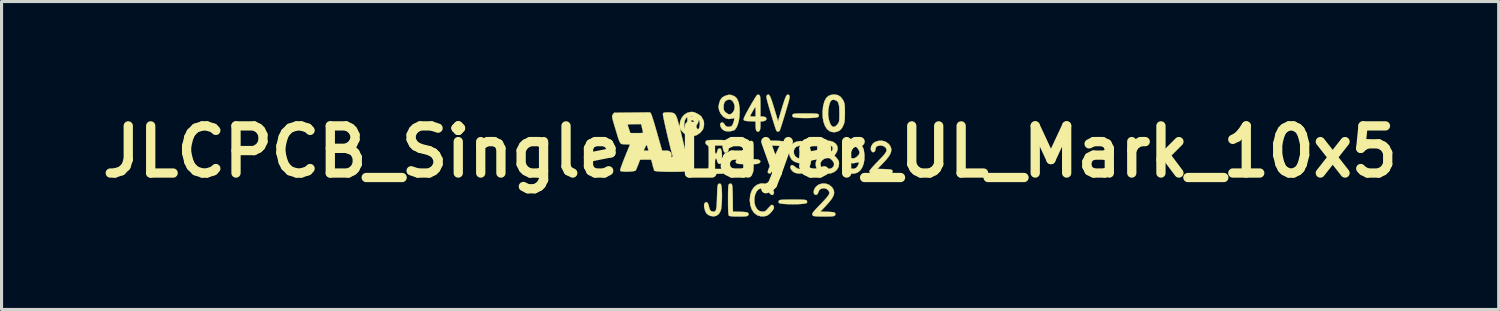
<source format=kicad_pcb>
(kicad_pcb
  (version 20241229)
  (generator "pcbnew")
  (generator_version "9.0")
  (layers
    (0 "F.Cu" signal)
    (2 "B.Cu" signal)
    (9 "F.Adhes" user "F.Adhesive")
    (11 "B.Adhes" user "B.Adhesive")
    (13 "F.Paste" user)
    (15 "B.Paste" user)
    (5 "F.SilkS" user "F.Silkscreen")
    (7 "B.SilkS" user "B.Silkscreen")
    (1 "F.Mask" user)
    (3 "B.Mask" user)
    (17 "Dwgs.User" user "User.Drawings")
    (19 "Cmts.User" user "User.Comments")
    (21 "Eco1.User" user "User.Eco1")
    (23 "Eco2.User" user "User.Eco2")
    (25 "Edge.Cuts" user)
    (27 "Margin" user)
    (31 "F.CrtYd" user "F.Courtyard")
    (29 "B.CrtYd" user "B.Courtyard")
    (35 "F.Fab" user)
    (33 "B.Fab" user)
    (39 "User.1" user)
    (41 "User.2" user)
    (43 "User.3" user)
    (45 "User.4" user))
  (footprint "JLCPCB_Single-Layer_UL_Mark_10x5"
    (layer "F.Cu")
    (at 21.198 1.854)
    (property "Reference" "JLCPCB_Single-Layer_UL_Mark_10x5" (at 0 0 0) (layer "F.SilkS") (effects (font (size 1.524 1.524) (thickness 0.3))))
    (attr through_hole)
    (fp_poly (pts (xy 1.938 -1.236) (xy 2.044 -1.234) (xy 2.117 -1.231) (xy 2.166 -1.225) (xy 2.195 -1.216) (xy 2.21 -1.203) (xy 2.213 -1.199) (xy 2.223 -1.156) (xy 2.207 -1.127) (xy 2.173 -1.112) (xy 2.104 -1.101) (xy 2.008 -1.093) (xy 1.896 -1.089) (xy 1.775 -1.088) (xy 1.656 -1.09) (xy 1.548 -1.095) (xy 1.459 -1.104) (xy 1.4 -1.117) (xy 1.38 -1.127) (xy 1.363 -1.17) (xy 1.374 -1.199) (xy 1.387 -1.213) (xy 1.412 -1.223) (xy 1.454 -1.229) (xy 1.521 -1.234) (xy 1.618 -1.236) (xy 1.751 -1.237) (xy 1.794 -1.237) (xy 1.938 -1.236)) (stroke (width 0.01) (type solid)) (fill yes) (layer "F.SilkS"))
    (fp_poly (pts (xy 1.532 1.549) (xy 1.644 1.55) (xy 1.724 1.554) (xy 1.777 1.559) (xy 1.81 1.567) (xy 1.828 1.578) (xy 1.834 1.586) (xy 1.845 1.629) (xy 1.829 1.658) (xy 1.795 1.672) (xy 1.725 1.683) (xy 1.629 1.691) (xy 1.515 1.696) (xy 1.391 1.698) (xy 1.266 1.696) (xy 1.15 1.692) (xy 1.05 1.684) (xy 0.976 1.674) (xy 0.937 1.66) (xy 0.934 1.658) (xy 0.917 1.615) (xy 0.928 1.586) (xy 0.941 1.573) (xy 0.965 1.563) (xy 1.006 1.556) (xy 1.069 1.552) (xy 1.162 1.55) (xy 1.29 1.549) (xy 1.381 1.549) (xy 1.532 1.549)) (stroke (width 0.01) (type solid)) (fill yes) (layer "F.SilkS"))
    (fp_poly (pts (xy -0.605 1.04) (xy -0.592 1.053) (xy -0.582 1.078) (xy -0.575 1.12) (xy -0.57 1.185) (xy -0.566 1.281) (xy -0.563 1.411) (xy -0.562 1.5) (xy -0.556 1.937) (xy -0.319 1.943) (xy -0.209 1.947) (xy -0.135 1.954) (xy -0.09 1.964) (xy -0.065 1.979) (xy -0.059 1.987) (xy -0.049 2.031) (xy -0.065 2.059) (xy -0.086 2.074) (xy -0.122 2.085) (xy -0.182 2.091) (xy -0.273 2.094) (xy -0.377 2.094) (xy -0.519 2.092) (xy -0.618 2.086) (xy -0.674 2.074) (xy -0.686 2.068) (xy -0.696 2.042) (xy -0.703 1.986) (xy -0.709 1.895) (xy -0.712 1.767) (xy -0.713 1.598) (xy -0.713 1.558) (xy -0.713 1.396) (xy -0.711 1.273) (xy -0.708 1.183) (xy -0.704 1.121) (xy -0.697 1.08) (xy -0.687 1.056) (xy -0.678 1.046) (xy -0.635 1.028) (xy -0.605 1.04)) (stroke (width 0.01) (type solid)) (fill yes) (layer "F.SilkS"))
    (fp_poly (pts (xy 0.837 -0.354) (xy 0.944 -0.349) (xy 1.037 -0.341) (xy 1.105 -0.329) (xy 1.14 -0.313) (xy 1.141 -0.312) (xy 1.138 -0.282) (xy 1.117 -0.221) (xy 1.081 -0.133) (xy 1.034 -0.026) (xy 0.979 0.093) (xy 0.919 0.218) (xy 0.858 0.341) (xy 0.798 0.457) (xy 0.744 0.559) (xy 0.697 0.639) (xy 0.663 0.691) (xy 0.644 0.708) (xy 0.602 0.698) (xy 0.58 0.68) (xy 0.572 0.663) (xy 0.574 0.635) (xy 0.587 0.591) (xy 0.612 0.527) (xy 0.653 0.435) (xy 0.711 0.313) (xy 0.751 0.228) (xy 0.952 -0.189) (xy 0.695 -0.201) (xy 0.58 -0.207) (xy 0.501 -0.214) (xy 0.452 -0.225) (xy 0.424 -0.239) (xy 0.416 -0.249) (xy 0.406 -0.292) (xy 0.422 -0.322) (xy 0.456 -0.336) (xy 0.525 -0.347) (xy 0.617 -0.353) (xy 0.724 -0.356) (xy 0.837 -0.354)) (stroke (width 0.01) (type solid)) (fill yes) (layer "F.SilkS"))
    (fp_poly (pts (xy -0.949 1.046) (xy -0.934 1.081) (xy -0.922 1.151) (xy -0.915 1.248) (xy -0.911 1.363) (xy -0.911 1.487) (xy -0.914 1.611) (xy -0.922 1.726) (xy -0.933 1.824) (xy -0.947 1.896) (xy -0.95 1.903) (xy -1.003 2.003) (xy -1.079 2.066) (xy -1.173 2.091) (xy -1.279 2.076) (xy -1.34 2.049) (xy -1.4 2.007) (xy -1.44 1.946) (xy -1.457 1.902) (xy -1.487 1.785) (xy -1.487 1.7) (xy -1.458 1.647) (xy -1.412 1.63) (xy -1.374 1.654) (xy -1.345 1.715) (xy -1.332 1.773) (xy -1.307 1.865) (xy -1.263 1.92) (xy -1.196 1.938) (xy -1.19 1.938) (xy -1.154 1.935) (xy -1.127 1.92) (xy -1.107 1.888) (xy -1.092 1.834) (xy -1.082 1.752) (xy -1.075 1.638) (xy -1.07 1.485) (xy -1.069 1.464) (xy -1.065 1.318) (xy -1.06 1.211) (xy -1.054 1.135) (xy -1.047 1.086) (xy -1.036 1.057) (xy -1.023 1.041) (xy -1.021 1.04) (xy -0.977 1.03) (xy -0.949 1.046)) (stroke (width 0.01) (type solid)) (fill yes) (layer "F.SilkS"))
    (fp_poly (pts (xy 0.624 -1.823) (xy 0.653 -1.774) (xy 0.685 -1.692) (xy 0.725 -1.576) (xy 0.772 -1.421) (xy 0.779 -1.399) (xy 0.902 -0.985) (xy 1.026 -1.399) (xy 1.075 -1.559) (xy 1.115 -1.68) (xy 1.148 -1.765) (xy 1.177 -1.819) (xy 1.204 -1.844) (xy 1.23 -1.846) (xy 1.257 -1.827) (xy 1.261 -1.823) (xy 1.272 -1.809) (xy 1.277 -1.789) (xy 1.276 -1.758) (xy 1.268 -1.711) (xy 1.251 -1.642) (xy 1.225 -1.546) (xy 1.187 -1.418) (xy 1.139 -1.253) (xy 1.136 -1.244) (xy 1.091 -1.095) (xy 1.049 -0.96) (xy 1.012 -0.843) (xy 0.982 -0.753) (xy 0.961 -0.694) (xy 0.952 -0.674) (xy 0.917 -0.649) (xy 0.902 -0.646) (xy 0.865 -0.662) (xy 0.852 -0.674) (xy 0.84 -0.702) (xy 0.817 -0.767) (xy 0.786 -0.863) (xy 0.748 -0.983) (xy 0.706 -1.121) (xy 0.669 -1.244) (xy 0.619 -1.411) (xy 0.582 -1.541) (xy 0.555 -1.638) (xy 0.538 -1.708) (xy 0.529 -1.757) (xy 0.528 -1.788) (xy 0.533 -1.809) (xy 0.543 -1.823) (xy 0.544 -1.823) (xy 0.572 -1.844) (xy 0.598 -1.846) (xy 0.624 -1.823)) (stroke (width 0.01) (type solid)) (fill yes) (layer "F.SilkS"))
    (fp_poly (pts (xy 0.056 -0.347) (xy 0.078 -0.334) (xy 0.093 -0.312) (xy 0.103 -0.271) (xy 0.109 -0.203) (xy 0.111 -0.101) (xy 0.111 -0.031) (xy 0.111 0.245) (xy 0.198 0.245) (xy 0.277 0.258) (xy 0.322 0.288) (xy 0.331 0.327) (xy 0.305 0.365) (xy 0.243 0.391) (xy 0.204 0.397) (xy 0.111 0.404) (xy 0.111 0.532) (xy 0.103 0.632) (xy 0.078 0.692) (xy 0.035 0.713) (xy 0.033 0.713) (xy -0.003 0.699) (xy -0.018 0.686) (xy -0.032 0.651) (xy -0.042 0.586) (xy -0.045 0.53) (xy -0.045 0.401) (xy -0.231 0.401) (xy -0.346 0.396) (xy -0.421 0.381) (xy -0.459 0.354) (xy -0.464 0.314) (xy -0.459 0.3) (xy -0.439 0.263) (xy -0.417 0.228) (xy -0.222 0.228) (xy -0.203 0.239) (xy -0.154 0.245) (xy -0.134 0.245) (xy -0.045 0.245) (xy -0.045 -0.033) (xy -0.133 0.089) (xy -0.178 0.153) (xy -0.21 0.203) (xy -0.222 0.228) (xy -0.417 0.228) (xy -0.399 0.201) (xy -0.344 0.121) (xy -0.279 0.029) (xy -0.21 -0.067) (xy -0.141 -0.159) (xy -0.079 -0.241) (xy -0.029 -0.304) (xy 0.004 -0.342) (xy 0.013 -0.349) (xy 0.056 -0.347)) (stroke (width 0.01) (type solid)) (fill yes) (layer "F.SilkS"))
    (fp_poly (pts (xy 0.507 1.04) (xy 0.603 1.09) (xy 0.685 1.167) (xy 0.749 1.253) (xy 0.773 1.32) (xy 0.757 1.371) (xy 0.757 1.371) (xy 0.727 1.397) (xy 0.695 1.397) (xy 0.653 1.367) (xy 0.595 1.305) (xy 0.584 1.292) (xy 0.527 1.23) (xy 0.484 1.197) (xy 0.441 1.183) (xy 0.405 1.181) (xy 0.334 1.191) (xy 0.274 1.215) (xy 0.27 1.217) (xy 0.207 1.286) (xy 0.163 1.384) (xy 0.139 1.5) (xy 0.138 1.621) (xy 0.162 1.737) (xy 0.176 1.774) (xy 0.235 1.868) (xy 0.31 1.921) (xy 0.405 1.938) (xy 0.455 1.934) (xy 0.496 1.915) (xy 0.543 1.873) (xy 0.584 1.827) (xy 0.636 1.77) (xy 0.68 1.73) (xy 0.705 1.716) (xy 0.745 1.735) (xy 0.769 1.779) (xy 0.769 1.827) (xy 0.736 1.887) (xy 0.68 1.956) (xy 0.615 2.02) (xy 0.555 2.062) (xy 0.457 2.09) (xy 0.345 2.088) (xy 0.237 2.057) (xy 0.212 2.044) (xy 0.121 1.969) (xy 0.051 1.86) (xy 0.006 1.724) (xy -0.011 1.57) (xy -0.011 1.56) (xy 0.004 1.4) (xy 0.049 1.263) (xy 0.12 1.154) (xy 0.213 1.075) (xy 0.325 1.032) (xy 0.397 1.025) (xy 0.507 1.04)) (stroke (width 0.01) (type solid)) (fill yes) (layer "F.SilkS"))
    (fp_poly (pts (xy 2.444 1.031) (xy 2.552 1.069) (xy 2.641 1.142) (xy 2.674 1.186) (xy 2.708 1.261) (xy 2.716 1.337) (xy 2.696 1.418) (xy 2.647 1.51) (xy 2.565 1.618) (xy 2.45 1.746) (xy 2.269 1.937) (xy 2.497 1.943) (xy 2.605 1.948) (xy 2.677 1.954) (xy 2.721 1.965) (xy 2.744 1.981) (xy 2.748 1.987) (xy 2.758 2.031) (xy 2.742 2.059) (xy 2.723 2.073) (xy 2.69 2.083) (xy 2.635 2.09) (xy 2.552 2.093) (xy 2.433 2.094) (xy 2.386 2.094) (xy 2.236 2.093) (xy 2.128 2.088) (xy 2.061 2.079) (xy 2.032 2.068) (xy 2.013 2.042) (xy 2.011 2.013) (xy 2.027 1.974) (xy 2.067 1.921) (xy 2.132 1.848) (xy 2.224 1.751) (xy 2.339 1.632) (xy 2.426 1.539) (xy 2.488 1.468) (xy 2.528 1.414) (xy 2.552 1.373) (xy 2.561 1.34) (xy 2.562 1.328) (xy 2.542 1.266) (xy 2.49 1.214) (xy 2.418 1.185) (xy 2.381 1.181) (xy 2.294 1.195) (xy 2.236 1.241) (xy 2.21 1.302) (xy 2.18 1.366) (xy 2.139 1.397) (xy 2.093 1.389) (xy 2.085 1.383) (xy 2.056 1.333) (xy 2.058 1.266) (xy 2.086 1.193) (xy 2.135 1.125) (xy 2.202 1.072) (xy 2.21 1.067) (xy 2.327 1.029) (xy 2.444 1.031)) (stroke (width 0.01) (type solid)) (fill yes) (layer "F.SilkS"))
    (fp_poly (pts (xy 4.385 -0.32) (xy 4.478 -0.253) (xy 4.523 -0.195) (xy 4.558 -0.115) (xy 4.563 -0.033) (xy 4.538 0.056) (xy 4.48 0.156) (xy 4.387 0.273) (xy 4.294 0.372) (xy 4.116 0.555) (xy 4.345 0.562) (xy 4.453 0.566) (xy 4.526 0.573) (xy 4.569 0.584) (xy 4.593 0.6) (xy 4.597 0.605) (xy 4.607 0.649) (xy 4.591 0.678) (xy 4.573 0.692) (xy 4.539 0.702) (xy 4.484 0.708) (xy 4.401 0.712) (xy 4.282 0.713) (xy 4.235 0.713) (xy 4.085 0.711) (xy 3.977 0.706) (xy 3.91 0.698) (xy 3.881 0.686) (xy 3.857 0.645) (xy 3.855 0.627) (xy 3.869 0.601) (xy 3.911 0.549) (xy 3.972 0.479) (xy 4.05 0.396) (xy 4.096 0.347) (xy 4.206 0.234) (xy 4.288 0.147) (xy 4.345 0.08) (xy 4.382 0.03) (xy 4.403 -0.01) (xy 4.411 -0.044) (xy 4.412 -0.057) (xy 4.391 -0.118) (xy 4.339 -0.167) (xy 4.265 -0.196) (xy 4.225 -0.201) (xy 4.132 -0.19) (xy 4.077 -0.158) (xy 4.055 -0.102) (xy 4.055 -0.091) (xy 4.042 -0.029) (xy 4.008 0.01) (xy 3.964 0.015) (xy 3.947 0.008) (xy 3.909 -0.04) (xy 3.9 -0.106) (xy 3.917 -0.18) (xy 3.958 -0.25) (xy 4.019 -0.304) (xy 4.034 -0.312) (xy 4.153 -0.352) (xy 4.273 -0.354) (xy 4.385 -0.32)) (stroke (width 0.01) (type solid)) (fill yes) (layer "F.SilkS"))
    (fp_poly (pts (xy 0.299 -1.829) (xy 0.313 -1.81) (xy 0.323 -1.777) (xy 0.329 -1.722) (xy 0.333 -1.64) (xy 0.334 -1.522) (xy 0.334 -1.468) (xy 0.334 -1.136) (xy 0.409 -1.136) (xy 0.483 -1.123) (xy 0.522 -1.091) (xy 0.529 -1.05) (xy 0.5 -1.012) (xy 0.437 -0.987) (xy 0.416 -0.985) (xy 0.334 -0.978) (xy 0.334 -0.839) (xy 0.327 -0.736) (xy 0.305 -0.673) (xy 0.268 -0.647) (xy 0.256 -0.646) (xy 0.22 -0.66) (xy 0.205 -0.673) (xy 0.19 -0.709) (xy 0.181 -0.775) (xy 0.178 -0.839) (xy 0.178 -0.979) (xy -0.003 -0.985) (xy -0.102 -0.991) (xy -0.165 -1.001) (xy -0.199 -1.018) (xy -0.207 -1.027) (xy -0.21 -1.049) (xy -0.2 -1.088) (xy -0.174 -1.149) (xy -0.173 -1.149) (xy 0 -1.149) (xy 0.02 -1.141) (xy 0.069 -1.137) (xy 0.089 -1.136) (xy 0.178 -1.136) (xy 0.178 -1.292) (xy 0.177 -1.369) (xy 0.174 -1.425) (xy 0.169 -1.448) (xy 0.169 -1.448) (xy 0.155 -1.43) (xy 0.126 -1.385) (xy 0.09 -1.323) (xy 0.053 -1.257) (xy 0.022 -1.199) (xy 0.003 -1.159) (xy 0 -1.149) (xy -0.173 -1.149) (xy -0.129 -1.236) (xy -0.065 -1.353) (xy -0.018 -1.438) (xy 0.049 -1.556) (xy 0.112 -1.661) (xy 0.165 -1.747) (xy 0.205 -1.807) (xy 0.228 -1.835) (xy 0.228 -1.836) (xy 0.273 -1.844) (xy 0.299 -1.829)) (stroke (width 0.01) (type solid)) (fill yes) (layer "F.SilkS"))
    (fp_poly (pts (xy 2.839 -1.829) (xy 2.931 -1.769) (xy 3.004 -1.669) (xy 3.01 -1.657) (xy 3.033 -1.607) (xy 3.048 -1.559) (xy 3.057 -1.502) (xy 3.062 -1.425) (xy 3.063 -1.319) (xy 3.064 -1.258) (xy 3.062 -1.129) (xy 3.058 -1.034) (xy 3.049 -0.963) (xy 3.035 -0.907) (xy 3.02 -0.868) (xy 2.974 -0.774) (xy 2.925 -0.712) (xy 2.865 -0.67) (xy 2.833 -0.655) (xy 2.725 -0.628) (xy 2.623 -0.643) (xy 2.567 -0.666) (xy 2.485 -0.732) (xy 2.42 -0.834) (xy 2.373 -0.964) (xy 2.347 -1.117) (xy 2.344 -1.202) (xy 2.521 -1.202) (xy 2.539 -1.067) (xy 2.552 -1.014) (xy 2.591 -0.9) (xy 2.639 -0.829) (xy 2.692 -0.801) (xy 2.752 -0.815) (xy 2.815 -0.874) (xy 2.823 -0.884) (xy 2.849 -0.92) (xy 2.867 -0.955) (xy 2.878 -0.996) (xy 2.883 -1.055) (xy 2.885 -1.141) (xy 2.885 -1.235) (xy 2.883 -1.381) (xy 2.874 -1.49) (xy 2.856 -1.567) (xy 2.828 -1.619) (xy 2.788 -1.652) (xy 2.76 -1.665) (xy 2.688 -1.682) (xy 2.633 -1.666) (xy 2.592 -1.614) (xy 2.56 -1.522) (xy 2.552 -1.491) (xy 2.525 -1.337) (xy 2.521 -1.202) (xy 2.344 -1.202) (xy 2.342 -1.286) (xy 2.36 -1.465) (xy 2.363 -1.483) (xy 2.402 -1.628) (xy 2.458 -1.734) (xy 2.535 -1.805) (xy 2.636 -1.842) (xy 2.727 -1.849) (xy 2.839 -1.829)) (stroke (width 0.01) (type solid)) (fill yes) (layer "F.SilkS"))
    (fp_poly (pts (xy 1.738 -0.325) (xy 1.84 -0.263) (xy 1.866 -0.237) (xy 1.926 -0.145) (xy 1.964 -0.025) (xy 1.981 0.112) (xy 1.977 0.256) (xy 1.952 0.395) (xy 1.907 0.519) (xy 1.864 0.588) (xy 1.782 0.66) (xy 1.677 0.7) (xy 1.558 0.706) (xy 1.448 0.681) (xy 1.388 0.645) (xy 1.336 0.591) (xy 1.304 0.532) (xy 1.3 0.481) (xy 1.301 0.478) (xy 1.333 0.436) (xy 1.379 0.435) (xy 1.436 0.474) (xy 1.449 0.487) (xy 1.525 0.543) (xy 1.607 0.559) (xy 1.686 0.536) (xy 1.752 0.478) (xy 1.782 0.424) (xy 1.8 0.367) (xy 1.79 0.342) (xy 1.748 0.344) (xy 1.704 0.357) (xy 1.634 0.372) (xy 1.564 0.366) (xy 1.523 0.356) (xy 1.417 0.314) (xy 1.344 0.255) (xy 1.294 0.168) (xy 1.28 0.132) (xy 1.259 0.055) (xy 1.255 -0.005) (xy 1.261 -0.032) (xy 1.413 -0.032) (xy 1.416 0.061) (xy 1.455 0.141) (xy 1.523 0.198) (xy 1.613 0.222) (xy 1.623 0.222) (xy 1.673 0.206) (xy 1.733 0.164) (xy 1.753 0.145) (xy 1.8 0.093) (xy 1.82 0.052) (xy 1.818 0.005) (xy 1.816 -0.005) (xy 1.79 -0.068) (xy 1.744 -0.131) (xy 1.733 -0.142) (xy 1.68 -0.183) (xy 1.631 -0.197) (xy 1.587 -0.193) (xy 1.495 -0.161) (xy 1.436 -0.099) (xy 1.413 -0.032) (xy 1.261 -0.032) (xy 1.268 -0.071) (xy 1.271 -0.081) (xy 1.312 -0.187) (xy 1.371 -0.26) (xy 1.459 -0.31) (xy 1.495 -0.324) (xy 1.621 -0.346) (xy 1.738 -0.325)) (stroke (width 0.01) (type solid)) (fill yes) (layer "F.SilkS"))
    (fp_poly (pts (xy -0.582 -1.825) (xy -0.49 -1.783) (xy -0.424 -1.717) (xy -0.38 -1.619) (xy -0.365 -1.567) (xy -0.343 -1.428) (xy -0.337 -1.282) (xy -0.345 -1.136) (xy -0.366 -0.998) (xy -0.4 -0.875) (xy -0.443 -0.777) (xy -0.495 -0.709) (xy -0.531 -0.687) (xy -0.652 -0.658) (xy -0.771 -0.662) (xy -0.824 -0.676) (xy -0.885 -0.713) (xy -0.931 -0.765) (xy -0.96 -0.825) (xy -0.968 -0.881) (xy -0.954 -0.925) (xy -0.913 -0.946) (xy -0.901 -0.947) (xy -0.86 -0.929) (xy -0.833 -0.894) (xy -0.802 -0.846) (xy -0.776 -0.822) (xy -0.715 -0.804) (xy -0.644 -0.809) (xy -0.596 -0.83) (xy -0.572 -0.863) (xy -0.547 -0.92) (xy -0.525 -0.985) (xy -0.513 -1.042) (xy -0.514 -1.077) (xy -0.516 -1.08) (xy -0.543 -1.082) (xy -0.592 -1.069) (xy -0.597 -1.068) (xy -0.694 -1.056) (xy -0.791 -1.083) (xy -0.88 -1.143) (xy -0.952 -1.232) (xy -0.994 -1.321) (xy -1.015 -1.399) (xy -1.018 -1.458) (xy -0.857 -1.458) (xy -0.855 -1.383) (xy -0.843 -1.335) (xy -0.814 -1.295) (xy -0.785 -1.268) (xy -0.712 -1.217) (xy -0.649 -1.207) (xy -0.59 -1.238) (xy -0.578 -1.249) (xy -0.519 -1.335) (xy -0.5 -1.438) (xy -0.505 -1.499) (xy -0.535 -1.593) (xy -0.586 -1.657) (xy -0.653 -1.686) (xy -0.698 -1.684) (xy -0.779 -1.655) (xy -0.829 -1.601) (xy -0.853 -1.518) (xy -0.857 -1.458) (xy -1.018 -1.458) (xy -1.018 -1.466) (xy -1.005 -1.547) (xy -1.004 -1.55) (xy -0.968 -1.663) (xy -0.915 -1.741) (xy -0.835 -1.794) (xy -0.781 -1.815) (xy -0.704 -1.837) (xy -0.645 -1.839) (xy -0.582 -1.825)) (stroke (width 0.01) (type solid)) (fill yes) (layer "F.SilkS"))
    (fp_poly (pts (xy 3.371 -0.345) (xy 3.409 -0.336) (xy 3.526 -0.284) (xy 3.613 -0.2) (xy 3.667 -0.086) (xy 3.673 -0.064) (xy 3.696 0.096) (xy 3.694 0.251) (xy 3.669 0.392) (xy 3.621 0.514) (xy 3.555 0.61) (xy 3.471 0.673) (xy 3.436 0.687) (xy 3.35 0.707) (xy 3.279 0.707) (xy 3.199 0.686) (xy 3.186 0.681) (xy 3.125 0.645) (xy 3.074 0.591) (xy 3.042 0.532) (xy 3.038 0.481) (xy 3.039 0.478) (xy 3.071 0.436) (xy 3.117 0.435) (xy 3.174 0.474) (xy 3.187 0.487) (xy 3.261 0.543) (xy 3.341 0.556) (xy 3.42 0.527) (xy 3.423 0.524) (xy 3.458 0.488) (xy 3.49 0.437) (xy 3.513 0.386) (xy 3.518 0.349) (xy 3.515 0.344) (xy 3.489 0.342) (xy 3.435 0.352) (xy 3.406 0.359) (xy 3.344 0.372) (xy 3.294 0.37) (xy 3.236 0.35) (xy 3.197 0.332) (xy 3.115 0.283) (xy 3.061 0.224) (xy 3.042 0.189) (xy 3.002 0.066) (xy 3.002 0.011) (xy 3.153 0.011) (xy 3.158 0.083) (xy 3.179 0.132) (xy 3.215 0.169) (xy 3.289 0.214) (xy 3.36 0.217) (xy 3.434 0.176) (xy 3.469 0.145) (xy 3.516 0.093) (xy 3.535 0.052) (xy 3.534 0.005) (xy 3.532 -0.005) (xy 3.502 -0.075) (xy 3.449 -0.14) (xy 3.386 -0.186) (xy 3.332 -0.201) (xy 3.279 -0.186) (xy 3.221 -0.151) (xy 3.215 -0.147) (xy 3.175 -0.103) (xy 3.156 -0.053) (xy 3.153 0.011) (xy 3.002 0.011) (xy 3.002 -0.054) (xy 3.04 -0.163) (xy 3.113 -0.254) (xy 3.197 -0.309) (xy 3.267 -0.34) (xy 3.318 -0.351) (xy 3.371 -0.345)) (stroke (width 0.01) (type solid)) (fill yes) (layer "F.SilkS"))
    (fp_poly (pts (xy 2.582 -0.349) (xy 2.682 -0.318) (xy 2.76 -0.266) (xy 2.811 -0.196) (xy 2.831 -0.113) (xy 2.814 -0.02) (xy 2.777 0.049) (xy 2.725 0.126) (xy 2.8 0.207) (xy 2.848 0.27) (xy 2.87 0.328) (xy 2.874 0.386) (xy 2.855 0.498) (xy 2.8 0.589) (xy 2.716 0.657) (xy 2.609 0.699) (xy 2.485 0.711) (xy 2.349 0.691) (xy 2.3 0.676) (xy 2.211 0.623) (xy 2.15 0.543) (xy 2.121 0.446) (xy 2.121 0.426) (xy 2.271 0.426) (xy 2.3 0.494) (xy 2.3 0.494) (xy 2.335 0.527) (xy 2.381 0.545) (xy 2.453 0.554) (xy 2.505 0.555) (xy 2.586 0.55) (xy 2.642 0.528) (xy 2.667 0.509) (xy 2.711 0.443) (xy 2.712 0.372) (xy 2.668 0.297) (xy 2.642 0.269) (xy 2.59 0.223) (xy 2.546 0.204) (xy 2.491 0.204) (xy 2.469 0.207) (xy 2.384 0.235) (xy 2.319 0.287) (xy 2.279 0.354) (xy 2.271 0.426) (xy 2.121 0.426) (xy 2.124 0.341) (xy 2.162 0.237) (xy 2.183 0.204) (xy 2.25 0.112) (xy 2.206 0.039) (xy 2.168 -0.059) (xy 2.168 -0.082) (xy 2.321 -0.082) (xy 2.347 -0.029) (xy 2.367 -0.012) (xy 2.424 0.012) (xy 2.493 0.022) (xy 2.495 0.022) (xy 2.565 0.012) (xy 2.623 -0.011) (xy 2.624 -0.012) (xy 2.664 -0.062) (xy 2.672 -0.122) (xy 2.647 -0.174) (xy 2.607 -0.191) (xy 2.54 -0.199) (xy 2.464 -0.199) (xy 2.395 -0.189) (xy 2.36 -0.177) (xy 2.325 -0.137) (xy 2.321 -0.082) (xy 2.168 -0.082) (xy 2.169 -0.154) (xy 2.205 -0.239) (xy 2.274 -0.303) (xy 2.333 -0.33) (xy 2.464 -0.354) (xy 2.582 -0.349)) (stroke (width 0.01) (type solid)) (fill yes) (layer "F.SilkS"))
    (fp_poly (pts (xy -0.941 -0.378) (xy -0.839 -0.373) (xy -0.769 -0.36) (xy -0.726 -0.337) (xy -0.702 -0.299) (xy -0.693 -0.244) (xy -0.691 -0.168) (xy -0.691 -0.163) (xy -0.694 -0.08) (xy -0.707 -0.027) (xy -0.733 0.009) (xy -0.737 0.012) (xy -0.787 0.039) (xy -0.829 0.022) (xy -0.861 -0.036) (xy -0.877 -0.097) (xy -0.896 -0.201) (xy -1.136 -0.201) (xy -1.136 -0.067) (xy -1.134 0.012) (xy -1.124 0.054) (xy -1.106 0.067) (xy -1.104 0.067) (xy -1.078 0.046) (xy -1.065 -0.003) (xy -1.046 -0.068) (xy -1.011 -0.102) (xy -0.966 -0.102) (xy -0.949 -0.091) (xy -0.93 -0.052) (xy -0.917 0.018) (xy -0.911 0.106) (xy -0.912 0.199) (xy -0.919 0.285) (xy -0.932 0.35) (xy -0.949 0.38) (xy -0.994 0.396) (xy -1.034 0.375) (xy -1.061 0.321) (xy -1.065 0.293) (xy -1.08 0.24) (xy -1.104 0.223) (xy -1.121 0.233) (xy -1.131 0.268) (xy -1.136 0.335) (xy -1.136 0.39) (xy -1.136 0.557) (xy -0.896 0.557) (xy -0.881 0.451) (xy -0.861 0.362) (xy -0.833 0.311) (xy -0.793 0.291) (xy -0.778 0.29) (xy -0.733 0.308) (xy -0.705 0.364) (xy -0.692 0.459) (xy -0.691 0.508) (xy -0.692 0.58) (xy -0.702 0.633) (xy -0.724 0.67) (xy -0.766 0.693) (xy -0.834 0.706) (xy -0.933 0.712) (xy -1.07 0.713) (xy -1.098 0.713) (xy -1.237 0.711) (xy -1.342 0.707) (xy -1.411 0.699) (xy -1.438 0.689) (xy -1.447 0.643) (xy -1.431 0.594) (xy -1.399 0.561) (xy -1.381 0.557) (xy -1.365 0.555) (xy -1.353 0.544) (xy -1.345 0.519) (xy -1.34 0.473) (xy -1.338 0.4) (xy -1.337 0.294) (xy -1.337 0.184) (xy -1.337 0.047) (xy -1.338 -0.053) (xy -1.341 -0.12) (xy -1.347 -0.164) (xy -1.356 -0.189) (xy -1.37 -0.203) (xy -1.387 -0.212) (xy -1.433 -0.251) (xy -1.444 -0.304) (xy -1.425 -0.346) (xy -1.405 -0.36) (xy -1.365 -0.369) (xy -1.299 -0.375) (xy -1.2 -0.378) (xy -1.081 -0.379) (xy -0.941 -0.378)) (stroke (width 0.01) (type solid)) (fill yes) (layer "F.SilkS"))
    (fp_poly (pts (xy -1.842 -1.283) (xy -1.781 -1.264) (xy -1.71 -1.231) (xy -1.642 -1.19) (xy -1.588 -1.149) (xy -1.561 -1.115) (xy -1.56 -1.109) (xy -1.546 -1.074) (xy -1.525 -1.046) (xy -1.498 -0.989) (xy -1.489 -0.907) (xy -1.496 -0.816) (xy -1.521 -0.733) (xy -1.535 -0.705) (xy -1.617 -0.609) (xy -1.72 -0.54) (xy -1.835 -0.502) (xy -1.951 -0.499) (xy -2.03 -0.521) (xy -2.087 -0.555) (xy -2.149 -0.605) (xy -2.204 -0.661) (xy -2.241 -0.712) (xy -2.25 -0.74) (xy -2.258 -0.755) (xy -2.263 -0.753) (xy -2.26 -0.729) (xy -2.248 -0.668) (xy -2.227 -0.574) (xy -2.198 -0.454) (xy -2.164 -0.312) (xy -2.125 -0.155) (xy -2.083 0.013) (xy -2.038 0.185) (xy -1.996 0.345) (xy -1.976 0.443) (xy -1.968 0.529) (xy -1.974 0.592) (xy -1.983 0.613) (xy -2.015 0.625) (xy -2.083 0.634) (xy -2.181 0.642) (xy -2.3 0.647) (xy -2.432 0.649) (xy -2.571 0.65) (xy -2.708 0.648) (xy -2.835 0.644) (xy -2.946 0.638) (xy -3.031 0.63) (xy -3.084 0.62) (xy -3.097 0.613) (xy -3.113 0.586) (xy -3.11 0.579) (xy -3.107 0.563) (xy -3.117 0.538) (xy -3.139 0.484) (xy -3.15 0.438) (xy -3.161 0.391) (xy -3.181 0.314) (xy -3.208 0.218) (xy -3.239 0.112) (xy -3.27 0.006) (xy -3.299 -0.09) (xy -3.323 -0.166) (xy -3.339 -0.213) (xy -3.342 -0.221) (xy -3.356 -0.212) (xy -3.383 -0.164) (xy -3.422 -0.078) (xy -3.473 0.044) (xy -3.518 0.158) (xy -3.568 0.286) (xy -3.613 0.402) (xy -3.651 0.497) (xy -3.68 0.565) (xy -3.695 0.6) (xy -3.696 0.602) (xy -3.726 0.619) (xy -3.789 0.632) (xy -3.872 0.641) (xy -3.964 0.645) (xy -4.055 0.644) (xy -4.132 0.638) (xy -4.185 0.627) (xy -4.202 0.615) (xy -4.198 0.585) (xy -4.179 0.52) (xy -4.147 0.429) (xy -4.105 0.317) (xy -4.056 0.191) (xy -4.049 0.174) (xy -3.882 -0.234) (xy -4.037 -0.241) (xy -4.09 -0.242) (xy -4.131 -0.245) (xy -4.163 -0.254) (xy -4.19 -0.274) (xy -4.214 -0.311) (xy -4.239 -0.369) (xy -4.268 -0.454) (xy -4.303 -0.57) (xy -4.349 -0.723) (xy -4.356 -0.746) (xy -4.391 -0.863) (xy -3.96 -0.863) (xy -3.948 -0.828) (xy -3.927 -0.766) (xy -3.912 -0.719) (xy -3.873 -0.602) (xy -3.662 -0.602) (xy -3.564 -0.602) (xy -3.503 -0.605) (xy -3.471 -0.612) (xy -3.46 -0.624) (xy -3.463 -0.644) (xy -3.463 -0.646) (xy -3.475 -0.691) (xy -3.488 -0.745) (xy -3.506 -0.825) (xy -3.508 -0.83) (xy -3.521 -0.891) (xy -3.746 -0.891) (xy -3.852 -0.89) (xy -3.92 -0.885) (xy -3.954 -0.877) (xy -3.96 -0.863) (xy -4.391 -0.863) (xy -4.398 -0.886) (xy -4.429 -0.99) (xy -4.448 -1.065) (xy -4.459 -1.116) (xy -4.46 -1.15) (xy -4.455 -1.174) (xy -4.443 -1.194) (xy -4.437 -1.203) (xy -4.396 -1.259) (xy -3.814 -1.265) (xy -3.232 -1.271) (xy -3.2 -1.22) (xy -3.185 -1.185) (xy -3.161 -1.114) (xy -3.128 -1.013) (xy -3.09 -0.888) (xy -3.049 -0.747) (xy -3.02 -0.646) (xy -2.976 -0.491) (xy -2.933 -0.34) (xy -2.894 -0.203) (xy -2.861 -0.088) (xy -2.836 -0.003) (xy -2.827 0.028) (xy -2.783 0.178) (xy -2.638 0.178) (xy -2.56 0.177) (xy -2.518 0.171) (xy -2.502 0.158) (xy -2.504 0.139) (xy -2.528 0.054) (xy -2.558 -0.058) (xy -2.591 -0.19) (xy -2.627 -0.335) (xy -2.664 -0.488) (xy -2.7 -0.642) (xy -2.733 -0.79) (xy -2.764 -0.926) (xy -2.789 -1.044) (xy -2.807 -1.136) (xy -2.818 -1.197) (xy -2.819 -1.219) (xy -2.809 -1.245) (xy -2.789 -1.261) (xy -2.748 -1.268) (xy -2.675 -1.27) (xy -2.644 -1.27) (xy -2.548 -1.266) (xy -2.478 -1.249) (xy -2.427 -1.212) (xy -2.388 -1.15) (xy -2.353 -1.054) (xy -2.328 -0.966) (xy -2.304 -0.875) (xy -2.289 -0.823) (xy -2.28 -0.807) (xy -2.276 -0.823) (xy -2.275 -0.868) (xy -2.275 -0.875) (xy -2.266 -0.928) (xy -2.129 -0.928) (xy -2.129 -0.837) (xy -2.11 -0.756) (xy -2.085 -0.715) (xy -2.052 -0.681) (xy -2.035 -0.668) (xy -2.032 -0.689) (xy -2.03 -0.724) (xy -1.916 -0.724) (xy -1.912 -0.658) (xy -1.897 -0.629) (xy -1.864 -0.629) (xy -1.841 -0.637) (xy -1.821 -0.65) (xy -1.822 -0.676) (xy -1.844 -0.726) (xy -1.85 -0.737) (xy -1.879 -0.79) (xy -1.901 -0.821) (xy -1.905 -0.824) (xy -1.912 -0.804) (xy -1.916 -0.754) (xy -1.916 -0.724) (xy -2.03 -0.724) (xy -2.029 -0.745) (xy -2.028 -0.827) (xy -2.028 -0.829) (xy -1.742 -0.829) (xy -1.729 -0.77) (xy -1.708 -0.739) (xy -1.681 -0.725) (xy -1.655 -0.749) (xy -1.636 -0.802) (xy -1.627 -0.877) (xy -1.626 -0.894) (xy -1.631 -0.959) (xy -1.642 -1.004) (xy -1.649 -1.014) (xy -1.667 -1.007) (xy -1.671 -0.985) (xy -1.684 -0.936) (xy -1.712 -0.889) (xy -1.742 -0.829) (xy -2.028 -0.829) (xy -2.028 -0.896) (xy -2.028 -0.993) (xy -1.916 -0.993) (xy -1.897 -0.965) (xy -1.859 -0.958) (xy -1.817 -0.967) (xy -1.81 -0.986) (xy -1.835 -1.012) (xy -1.874 -1.021) (xy -1.907 -1.012) (xy -1.916 -0.993) (xy -2.028 -0.993) (xy -2.028 -1.081) (xy -1.716 -1.081) (xy -1.704 -1.069) (xy -1.693 -1.081) (xy -1.704 -1.092) (xy -1.716 -1.081) (xy -2.028 -1.081) (xy -2.028 -1.124) (xy -2.078 -1.074) (xy -2.112 -1.013) (xy -2.129 -0.928) (xy -2.266 -0.928) (xy -2.254 -1.003) (xy -2.2 -1.114) (xy -2.174 -1.143) (xy -1.925 -1.143) (xy -1.894 -1.14) (xy -1.862 -1.143) (xy -1.866 -1.151) (xy -1.912 -1.154) (xy -1.922 -1.151) (xy -1.925 -1.143) (xy -2.174 -1.143) (xy -2.121 -1.202) (xy -2.022 -1.262) (xy -1.909 -1.286) (xy -1.842 -1.283)) (stroke (width 0.01) (type solid)) (fill yes) (layer "F.SilkS")))
  (gr_rect
    (start -3 -3)
    (end 45.396 6.954)
    (stroke (width 0.1) (type default))
    (fill no)
    (layer "Edge.Cuts")))
</source>
